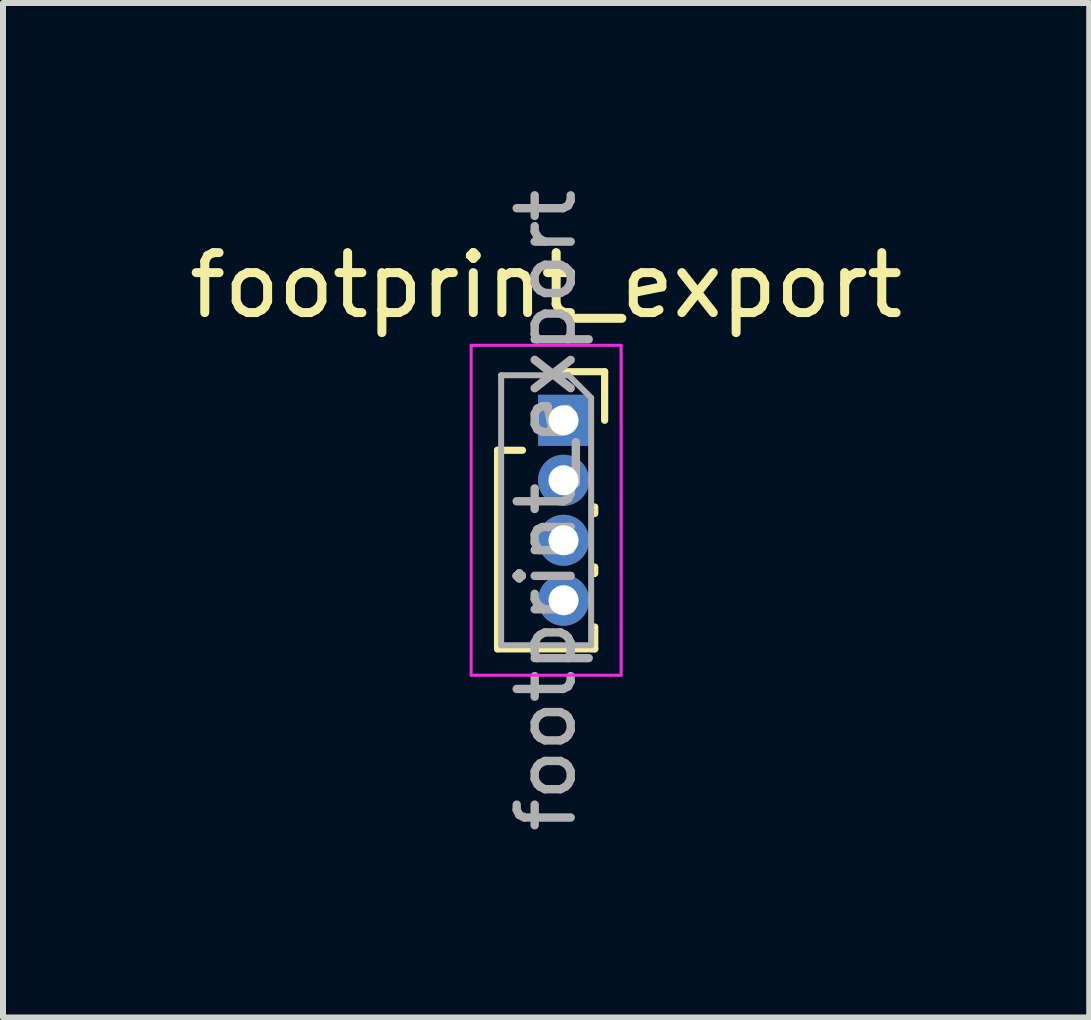
<source format=kicad_pcb>
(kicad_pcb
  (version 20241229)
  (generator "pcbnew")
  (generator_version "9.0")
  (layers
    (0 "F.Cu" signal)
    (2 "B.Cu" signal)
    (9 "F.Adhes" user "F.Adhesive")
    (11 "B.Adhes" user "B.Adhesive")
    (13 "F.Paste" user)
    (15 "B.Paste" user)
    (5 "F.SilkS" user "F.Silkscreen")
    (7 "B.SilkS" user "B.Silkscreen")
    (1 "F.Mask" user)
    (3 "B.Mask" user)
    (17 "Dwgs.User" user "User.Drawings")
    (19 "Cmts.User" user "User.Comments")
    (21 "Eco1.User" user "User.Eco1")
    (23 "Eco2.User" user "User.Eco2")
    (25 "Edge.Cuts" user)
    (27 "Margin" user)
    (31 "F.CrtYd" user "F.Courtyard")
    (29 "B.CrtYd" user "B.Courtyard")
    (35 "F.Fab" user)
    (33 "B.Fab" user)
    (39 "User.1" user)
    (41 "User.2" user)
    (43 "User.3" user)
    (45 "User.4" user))
  (footprint "footprint_export"
    (layer "F.Cu")
    (at 6.344 3.956)
    (property "Reference" "footprint_export" (at -0.29 -2.25 0) (layer "F.SilkS") (effects (font (size 1 1) (thickness 0.15))))
    (attr through_hole)
    (fp_line (start -1.1 0.5) (end -1.1 3.81) (stroke (width 0.12) (type solid)) (layer "F.SilkS"))
    (fp_line (start -1.1 0.5) (end -0.685 0.5) (stroke (width 0.12) (type solid)) (layer "F.SilkS"))
    (fp_line (start -1.1 3.81) (end 0.52 3.81) (stroke (width 0.12) (type solid)) (layer "F.SilkS"))
    (fp_line (start 0 -0.81) (end 0.685 -0.81) (stroke (width 0.12) (type solid)) (layer "F.SilkS"))
    (fp_line (start 0.52 1.446) (end 0.52 1.554) (stroke (width 0.12) (type solid)) (layer "F.SilkS"))
    (fp_line (start 0.52 2.446) (end 0.52 2.554) (stroke (width 0.12) (type solid)) (layer "F.SilkS"))
    (fp_line (start 0.52 3.446) (end 0.52 3.81) (stroke (width 0.12) (type solid)) (layer "F.SilkS"))
    (fp_line (start 0.685 -0.81) (end 0.685 0) (stroke (width 0.12) (type solid)) (layer "F.SilkS"))
    (fp_line (start -1.54 -1.25) (end 0.96 -1.25) (stroke (width 0.05) (type solid)) (layer "F.CrtYd"))
    (fp_line (start -1.54 4.25) (end -1.54 -1.25) (stroke (width 0.05) (type solid)) (layer "F.CrtYd"))
    (fp_line (start 0.96 -1.25) (end 0.96 4.25) (stroke (width 0.05) (type solid)) (layer "F.CrtYd"))
    (fp_line (start 0.96 4.25) (end -1.54 4.25) (stroke (width 0.05) (type solid)) (layer "F.CrtYd"))
    (fp_line (start -1.04 -0.75) (end 0.085 -0.75) (stroke (width 0.1) (type solid)) (layer "F.Fab"))
    (fp_line (start -1.04 3.75) (end -1.04 -0.75) (stroke (width 0.1) (type solid)) (layer "F.Fab"))
    (fp_line (start 0.085 -0.75) (end 0.46 -0.375) (stroke (width 0.1) (type solid)) (layer "F.Fab"))
    (fp_line (start 0.46 -0.375) (end 0.46 3.75) (stroke (width 0.1) (type solid)) (layer "F.Fab"))
    (fp_line (start 0.46 3.75) (end -1.04 3.75) (stroke (width 0.1) (type solid)) (layer "F.Fab"))
    (fp_text user "${REFERENCE}" (at -0.29 1.5 90) (layer "F.Fab") (effects (font (size 0.9 0.9) (thickness 0.14))))
    (pad "1" thru_hole rect (at 0 0) (size 0.85 0.85) (drill 0.5) (layers "*.Cu" "*.Mask"))
    (pad "2" thru_hole oval (at 0 1) (size 0.85 0.85) (drill 0.5) (layers "*.Cu" "*.Mask"))
    (pad "3" thru_hole oval (at 0 2) (size 0.85 0.85) (drill 0.5) (layers "*.Cu" "*.Mask"))
    (pad "4" thru_hole oval (at 0 3) (size 0.85 0.85) (drill 0.5) (layers "*.Cu" "*.Mask")))
  (gr_rect
    (start -3 -3)
    (end 15.107 13.911)
    (stroke (width 0.1) (type default))
    (fill no)
    (layer "Edge.Cuts")))
</source>
